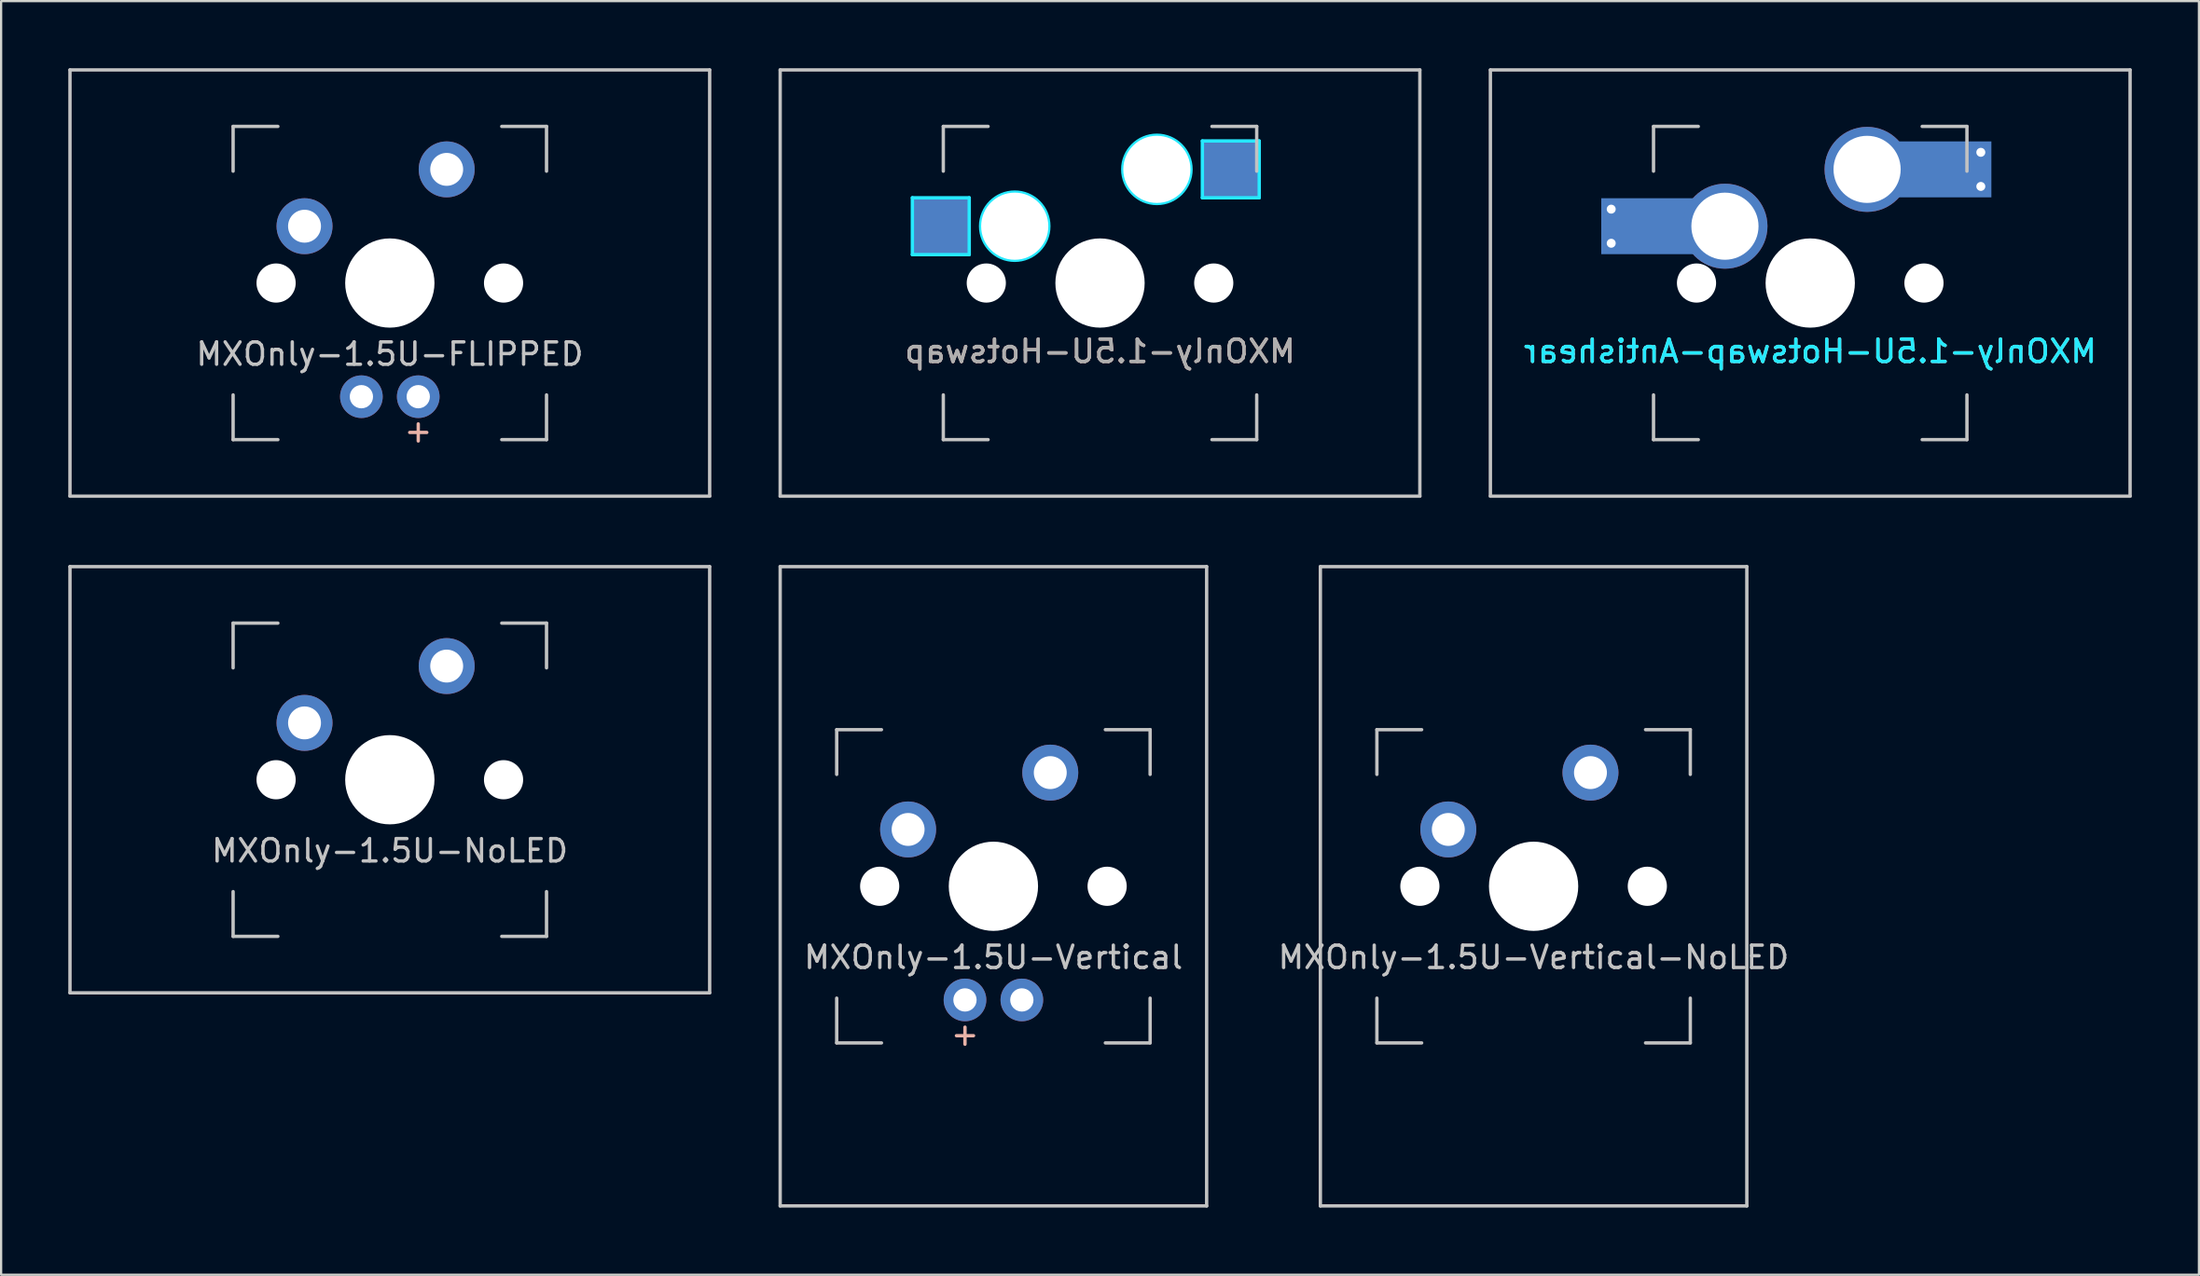
<source format=kicad_pcb>
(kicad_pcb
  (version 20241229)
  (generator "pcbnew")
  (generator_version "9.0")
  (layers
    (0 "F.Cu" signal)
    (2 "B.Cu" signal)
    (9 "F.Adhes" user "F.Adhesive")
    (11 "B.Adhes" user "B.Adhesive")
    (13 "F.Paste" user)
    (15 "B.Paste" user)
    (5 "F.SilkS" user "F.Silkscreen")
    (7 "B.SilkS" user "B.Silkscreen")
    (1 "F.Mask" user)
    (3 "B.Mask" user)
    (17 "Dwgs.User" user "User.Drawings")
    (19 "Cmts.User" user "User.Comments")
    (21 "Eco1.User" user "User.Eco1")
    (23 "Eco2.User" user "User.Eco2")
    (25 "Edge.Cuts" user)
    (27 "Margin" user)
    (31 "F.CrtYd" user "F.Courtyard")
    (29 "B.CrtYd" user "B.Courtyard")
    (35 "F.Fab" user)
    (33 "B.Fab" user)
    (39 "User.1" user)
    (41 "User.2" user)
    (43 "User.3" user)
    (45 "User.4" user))
  (footprint "MXOnly-1.5U-Hotswap"
    (layer "F.Cu")
    (at 46.087 9.6)
    (property "Reference" "MXOnly-1.5U-Hotswap" (at 0 3.048 0) (layer "F.Fab") (effects (font (size 1 1) (thickness 0.15)) (justify mirror)))
    (attr smd)
    (fp_line (start -14.287 -9.525) (end 14.287 -9.525) (stroke (width 0.15) (type solid)) (layer "Dwgs.User"))
    (fp_line (start -14.287 9.525) (end -14.287 -9.525) (stroke (width 0.15) (type solid)) (layer "Dwgs.User"))
    (fp_line (start -7 -7) (end -7 -5) (stroke (width 0.15) (type solid)) (layer "Dwgs.User"))
    (fp_line (start -7 5) (end -7 7) (stroke (width 0.15) (type solid)) (layer "Dwgs.User"))
    (fp_line (start -7 7) (end -5 7) (stroke (width 0.15) (type solid)) (layer "Dwgs.User"))
    (fp_line (start -5 -7) (end -7 -7) (stroke (width 0.15) (type solid)) (layer "Dwgs.User"))
    (fp_line (start 5 -7) (end 7 -7) (stroke (width 0.15) (type solid)) (layer "Dwgs.User"))
    (fp_line (start 5 7) (end 7 7) (stroke (width 0.15) (type solid)) (layer "Dwgs.User"))
    (fp_line (start 7 -7) (end 7 -5) (stroke (width 0.15) (type solid)) (layer "Dwgs.User"))
    (fp_line (start 7 7) (end 7 5) (stroke (width 0.15) (type solid)) (layer "Dwgs.User"))
    (fp_line (start 14.287 -9.525) (end 14.287 9.525) (stroke (width 0.15) (type solid)) (layer "Dwgs.User"))
    (fp_line (start 14.287 9.525) (end -14.287 9.525) (stroke (width 0.15) (type solid)) (layer "Dwgs.User"))
    (fp_line (start -8.382 -3.81) (end -5.842 -3.81) (stroke (width 0.15) (type solid)) (layer "B.CrtYd"))
    (fp_line (start -8.382 -1.27) (end -8.382 -3.81) (stroke (width 0.15) (type solid)) (layer "B.CrtYd"))
    (fp_line (start -5.842 -3.81) (end -5.842 -1.27) (stroke (width 0.15) (type solid)) (layer "B.CrtYd"))
    (fp_line (start -5.842 -1.27) (end -8.382 -1.27) (stroke (width 0.15) (type solid)) (layer "B.CrtYd"))
    (fp_line (start 4.572 -6.35) (end 7.112 -6.35) (stroke (width 0.15) (type solid)) (layer "B.CrtYd"))
    (fp_line (start 4.572 -3.81) (end 4.572 -6.35) (stroke (width 0.15) (type solid)) (layer "B.CrtYd"))
    (fp_line (start 7.112 -6.35) (end 7.112 -3.81) (stroke (width 0.15) (type solid)) (layer "B.CrtYd"))
    (fp_line (start 7.112 -3.81) (end 4.572 -3.81) (stroke (width 0.15) (type solid)) (layer "B.CrtYd"))
    (fp_circle (center -3.81 -2.54) (end -3.81 -4.064) (stroke (width 0.15) (type solid)) (fill no) (layer "B.CrtYd"))
    (fp_circle (center 2.54 -5.08) (end 2.54 -6.604) (stroke (width 0.15) (type solid)) (fill no) (layer "B.CrtYd"))
    (fp_text user "${REFERENCE}" (at 0 3.048 0) (layer "B.SilkS") (effects (font (size 1 1) (thickness 0.15)) (justify mirror)))
    (pad "" np_thru_hole circle (at -5.08 0 48.1) (size 1.75 1.75) (drill 1.75) (layers "*.Cu" "*.Mask"))
    (pad "" np_thru_hole circle (at -3.81 -2.54) (size 3 3) (drill 3) (layers "*.Cu" "*.Mask"))
    (pad "" np_thru_hole circle (at 0 0) (size 3.988 3.988) (drill 3.988) (layers "*.Cu" "*.Mask"))
    (pad "" np_thru_hole circle (at 2.54 -5.08) (size 3 3) (drill 3) (layers "*.Cu" "*.Mask"))
    (pad "" np_thru_hole circle (at 5.08 0 48.1) (size 1.75 1.75) (drill 1.75) (layers "*.Cu" "*.Mask"))
    (pad "1" smd rect (at -7.085 -2.54) (size 2.55 2.5) (layers "B.Cu" "B.Mask" "B.Paste"))
    (pad "2" smd rect (at 5.842 -5.08) (size 2.55 2.5) (layers "B.Cu" "B.Mask" "B.Paste")))
  (footprint "MXOnly-1.5U-FLIPPED"
    (layer "F.Cu")
    (at 14.363 9.6)
    (property "Reference" "MXOnly-1.5U-FLIPPED" (at 0 3.175 0) (layer "Dwgs.User") (effects (font (size 1 1) (thickness 0.15))))
    (attr through_hole)
    (fp_line (start -14.287 -9.525) (end 14.287 -9.525) (stroke (width 0.15) (type solid)) (layer "Dwgs.User"))
    (fp_line (start -14.287 9.525) (end -14.287 -9.525) (stroke (width 0.15) (type solid)) (layer "Dwgs.User"))
    (fp_line (start -14.287 9.525) (end 14.287 9.525) (stroke (width 0.15) (type solid)) (layer "Dwgs.User"))
    (fp_line (start -7 -7) (end -7 -5) (stroke (width 0.15) (type solid)) (layer "Dwgs.User"))
    (fp_line (start -7 5) (end -7 7) (stroke (width 0.15) (type solid)) (layer "Dwgs.User"))
    (fp_line (start -7 7) (end -5 7) (stroke (width 0.15) (type solid)) (layer "Dwgs.User"))
    (fp_line (start -5 -7) (end -7 -7) (stroke (width 0.15) (type solid)) (layer "Dwgs.User"))
    (fp_line (start 5 -7) (end 7 -7) (stroke (width 0.15) (type solid)) (layer "Dwgs.User"))
    (fp_line (start 5 7) (end 7 7) (stroke (width 0.15) (type solid)) (layer "Dwgs.User"))
    (fp_line (start 7 -7) (end 7 -5) (stroke (width 0.15) (type solid)) (layer "Dwgs.User"))
    (fp_line (start 7 7) (end 7 5) (stroke (width 0.15) (type solid)) (layer "Dwgs.User"))
    (fp_line (start 14.287 -9.525) (end 14.287 9.525) (stroke (width 0.15) (type solid)) (layer "Dwgs.User"))
    (fp_text user "+" (at 1.27 6.604 0) (layer "B.SilkS") (effects (font (size 1 1) (thickness 0.15))))
    (pad "" np_thru_hole circle (at -5.08 0 48.1) (size 1.75 1.75) (drill 1.75) (layers "*.Cu" "*.Mask"))
    (pad "" np_thru_hole circle (at 0 0) (size 3.988 3.988) (drill 3.988) (layers "*.Cu" "*.Mask"))
    (pad "" np_thru_hole circle (at 5.08 0 48.1) (size 1.75 1.75) (drill 1.75) (layers "*.Cu" "*.Mask"))
    (pad "1" thru_hole circle (at -3.81 -2.54) (size 2.5 2.5) (drill 1.47) (layers "*.Cu" "*.Mask"))
    (pad "2" thru_hole circle (at 2.54 -5.08) (size 2.5 2.5) (drill 1.47) (layers "*.Cu" "*.Mask"))
    (pad "3" thru_hole circle (at 1.27 5.08) (size 1.905 1.905) (drill 1.04) (layers "*.Cu" "*.Mask"))
    (pad "4" thru_hole circle (at -1.27 5.08) (size 1.905 1.905) (drill 1.04) (layers "*.Cu" "*.Mask")))
  (footprint "MXOnly-1.5U-Hotswap-Antishear"
    (layer "F.Cu")
    (at 77.812 9.6)
    (property "Reference" "MXOnly-1.5U-Hotswap-Antishear" (at 0 3.048 0) (layer "B.CrtYd") (effects (font (size 1 1) (thickness 0.15)) (justify mirror)))
    (attr smd)
    (fp_line (start -14.287 -9.525) (end 14.287 -9.525) (stroke (width 0.15) (type solid)) (layer "Dwgs.User"))
    (fp_line (start -14.287 9.525) (end -14.287 -9.525) (stroke (width 0.15) (type solid)) (layer "Dwgs.User"))
    (fp_line (start -7 -7) (end -7 -5) (stroke (width 0.15) (type solid)) (layer "Dwgs.User"))
    (fp_line (start -7 5) (end -7 7) (stroke (width 0.15) (type solid)) (layer "Dwgs.User"))
    (fp_line (start -7 7) (end -5 7) (stroke (width 0.15) (type solid)) (layer "Dwgs.User"))
    (fp_line (start -5 -7) (end -7 -7) (stroke (width 0.15) (type solid)) (layer "Dwgs.User"))
    (fp_line (start 5 -7) (end 7 -7) (stroke (width 0.15) (type solid)) (layer "Dwgs.User"))
    (fp_line (start 5 7) (end 7 7) (stroke (width 0.15) (type solid)) (layer "Dwgs.User"))
    (fp_line (start 7 -7) (end 7 -5) (stroke (width 0.15) (type solid)) (layer "Dwgs.User"))
    (fp_line (start 7 7) (end 7 5) (stroke (width 0.15) (type solid)) (layer "Dwgs.User"))
    (fp_line (start 14.287 -9.525) (end 14.287 9.525) (stroke (width 0.15) (type solid)) (layer "Dwgs.User"))
    (fp_line (start 14.287 9.525) (end -14.287 9.525) (stroke (width 0.15) (type solid)) (layer "Dwgs.User"))
    (fp_text user "${REFERENCE}" (at 0 3.048 0) (layer "B.SilkS") (effects (font (size 1 1) (thickness 0.15)) (justify mirror)))
    (pad "" smd rect (at -7.085 -2.54) (size 2.55 2.5) (layers "B.Mask" "B.Paste"))
    (pad "" np_thru_hole circle (at -5.08 0 48.1) (size 1.75 1.75) (drill 1.75) (layers "*.Cu" "*.Mask"))
    (pad "" np_thru_hole circle (at 0 0) (size 3.988 3.988) (drill 3.988) (layers "*.Cu" "*.Mask"))
    (pad "" np_thru_hole circle (at 5.08 0 48.1) (size 1.75 1.75) (drill 1.75) (layers "*.Cu" "*.Mask"))
    (pad "" smd rect (at 5.815 -5.08) (size 2.55 2.5) (layers "B.Mask" "B.Paste"))
    (pad "1" thru_hole circle (at -8.89 -3.302) (size 0.8 0.8) (drill 0.4) (layers "*.Cu"))
    (pad "1" thru_hole circle (at -8.89 -1.778) (size 0.8 0.8) (drill 0.4) (layers "*.Cu"))
    (pad "1" smd rect (at -7.085 -2.54) (size 4.5 2.5) (layers "B.Cu"))
    (pad "1" thru_hole circle (at -3.81 -2.54) (size 3.8 3.8) (drill 3) (layers "*.Cu"))
    (pad "2" thru_hole circle (at 2.54 -5.08) (size 3.8 3.8) (drill 3) (layers "*.Cu"))
    (pad "2" smd rect (at 5.842 -5.08) (size 4.5 2.5) (layers "B.Cu"))
    (pad "2" thru_hole circle (at 7.62 -5.842) (size 0.8 0.8) (drill 0.4) (layers "*.Cu"))
    (pad "2" thru_hole circle (at 7.62 -4.318) (size 0.8 0.8) (drill 0.4) (layers "*.Cu")))
  (footprint "MXOnly-1.5U-NoLED"
    (layer "F.Cu")
    (at 14.363 31.8)
    (property "Reference" "MXOnly-1.5U-NoLED" (at 0 3.175 0) (layer "Dwgs.User") (effects (font (size 1 1) (thickness 0.15))))
    (attr through_hole)
    (fp_line (start -14.287 -9.525) (end 14.287 -9.525) (stroke (width 0.15) (type solid)) (layer "Dwgs.User"))
    (fp_line (start -14.287 9.525) (end -14.287 -9.525) (stroke (width 0.15) (type solid)) (layer "Dwgs.User"))
    (fp_line (start -14.287 9.525) (end 14.287 9.525) (stroke (width 0.15) (type solid)) (layer "Dwgs.User"))
    (fp_line (start -7 -7) (end -7 -5) (stroke (width 0.15) (type solid)) (layer "Dwgs.User"))
    (fp_line (start -7 5) (end -7 7) (stroke (width 0.15) (type solid)) (layer "Dwgs.User"))
    (fp_line (start -7 7) (end -5 7) (stroke (width 0.15) (type solid)) (layer "Dwgs.User"))
    (fp_line (start -5 -7) (end -7 -7) (stroke (width 0.15) (type solid)) (layer "Dwgs.User"))
    (fp_line (start 5 -7) (end 7 -7) (stroke (width 0.15) (type solid)) (layer "Dwgs.User"))
    (fp_line (start 5 7) (end 7 7) (stroke (width 0.15) (type solid)) (layer "Dwgs.User"))
    (fp_line (start 7 -7) (end 7 -5) (stroke (width 0.15) (type solid)) (layer "Dwgs.User"))
    (fp_line (start 7 7) (end 7 5) (stroke (width 0.15) (type solid)) (layer "Dwgs.User"))
    (fp_line (start 14.287 -9.525) (end 14.287 9.525) (stroke (width 0.15) (type solid)) (layer "Dwgs.User"))
    (pad "" np_thru_hole circle (at -5.08 0 48.1) (size 1.75 1.75) (drill 1.75) (layers "*.Cu" "*.Mask"))
    (pad "" np_thru_hole circle (at 0 0) (size 3.988 3.988) (drill 3.988) (layers "*.Cu" "*.Mask"))
    (pad "" np_thru_hole circle (at 5.08 0 48.1) (size 1.75 1.75) (drill 1.75) (layers "*.Cu" "*.Mask"))
    (pad "1" thru_hole circle (at -3.81 -2.54) (size 2.5 2.5) (drill 1.47) (layers "*.Cu" "*.Mask"))
    (pad "2" thru_hole circle (at 2.54 -5.08) (size 2.5 2.5) (drill 1.47) (layers "*.Cu" "*.Mask")))
  (footprint "MXOnly-1.5U-Vertical-NoLED"
    (layer "F.Cu")
    (at 65.455 36.562)
    (property "Reference" "MXOnly-1.5U-Vertical-NoLED" (at 0 3.175 0) (layer "Dwgs.User") (effects (font (size 1 1) (thickness 0.15))))
    (attr through_hole)
    (fp_line (start -9.525 -14.287) (end -9.525 14.287) (stroke (width 0.15) (type solid)) (layer "Dwgs.User"))
    (fp_line (start -7 -7) (end -7 -5) (stroke (width 0.15) (type solid)) (layer "Dwgs.User"))
    (fp_line (start -7 5) (end -7 7) (stroke (width 0.15) (type solid)) (layer "Dwgs.User"))
    (fp_line (start -7 7) (end -5 7) (stroke (width 0.15) (type solid)) (layer "Dwgs.User"))
    (fp_line (start -5 -7) (end -7 -7) (stroke (width 0.15) (type solid)) (layer "Dwgs.User"))
    (fp_line (start 5 -7) (end 7 -7) (stroke (width 0.15) (type solid)) (layer "Dwgs.User"))
    (fp_line (start 5 7) (end 7 7) (stroke (width 0.15) (type solid)) (layer "Dwgs.User"))
    (fp_line (start 7 -7) (end 7 -5) (stroke (width 0.15) (type solid)) (layer "Dwgs.User"))
    (fp_line (start 7 7) (end 7 5) (stroke (width 0.15) (type solid)) (layer "Dwgs.User"))
    (fp_line (start 9.525 -14.287) (end -9.525 -14.287) (stroke (width 0.15) (type solid)) (layer "Dwgs.User"))
    (fp_line (start 9.525 -14.287) (end 9.525 14.287) (stroke (width 0.15) (type solid)) (layer "Dwgs.User"))
    (fp_line (start 9.525 14.287) (end -9.525 14.287) (stroke (width 0.15) (type solid)) (layer "Dwgs.User"))
    (pad "" np_thru_hole circle (at -5.08 0 48.1) (size 1.75 1.75) (drill 1.75) (layers "*.Cu" "*.Mask"))
    (pad "" np_thru_hole circle (at 0 0) (size 3.988 3.988) (drill 3.988) (layers "*.Cu" "*.Mask"))
    (pad "" np_thru_hole circle (at 5.08 0 48.1) (size 1.75 1.75) (drill 1.75) (layers "*.Cu" "*.Mask"))
    (pad "1" thru_hole circle (at -3.81 -2.54) (size 2.5 2.5) (drill 1.47) (layers "*.Cu" "*.Mask"))
    (pad "2" thru_hole circle (at 2.54 -5.08) (size 2.5 2.5) (drill 1.47) (layers "*.Cu" "*.Mask")))
  (footprint "MXOnly-1.5U-Vertical"
    (layer "F.Cu")
    (at 41.325 36.562)
    (property "Reference" "MXOnly-1.5U-Vertical" (at 0 3.175 0) (layer "Dwgs.User") (effects (font (size 1 1) (thickness 0.15))))
    (attr through_hole)
    (fp_line (start -9.525 -14.287) (end -9.525 14.287) (stroke (width 0.15) (type solid)) (layer "Dwgs.User"))
    (fp_line (start -7 -7) (end -7 -5) (stroke (width 0.15) (type solid)) (layer "Dwgs.User"))
    (fp_line (start -7 5) (end -7 7) (stroke (width 0.15) (type solid)) (layer "Dwgs.User"))
    (fp_line (start -7 7) (end -5 7) (stroke (width 0.15) (type solid)) (layer "Dwgs.User"))
    (fp_line (start -5 -7) (end -7 -7) (stroke (width 0.15) (type solid)) (layer "Dwgs.User"))
    (fp_line (start 5 -7) (end 7 -7) (stroke (width 0.15) (type solid)) (layer "Dwgs.User"))
    (fp_line (start 5 7) (end 7 7) (stroke (width 0.15) (type solid)) (layer "Dwgs.User"))
    (fp_line (start 7 -7) (end 7 -5) (stroke (width 0.15) (type solid)) (layer "Dwgs.User"))
    (fp_line (start 7 7) (end 7 5) (stroke (width 0.15) (type solid)) (layer "Dwgs.User"))
    (fp_line (start 9.525 -14.287) (end -9.525 -14.287) (stroke (width 0.15) (type solid)) (layer "Dwgs.User"))
    (fp_line (start 9.525 -14.287) (end 9.525 14.287) (stroke (width 0.15) (type solid)) (layer "Dwgs.User"))
    (fp_line (start 9.525 14.287) (end -9.525 14.287) (stroke (width 0.15) (type solid)) (layer "Dwgs.User"))
    (fp_text user "+" (at -1.27 6.604 0) (layer "B.SilkS") (effects (font (size 1 1) (thickness 0.15))))
    (pad "" np_thru_hole circle (at -5.08 0 48.1) (size 1.75 1.75) (drill 1.75) (layers "*.Cu" "*.Mask"))
    (pad "" np_thru_hole circle (at 0 0) (size 3.988 3.988) (drill 3.988) (layers "*.Cu" "*.Mask"))
    (pad "" np_thru_hole circle (at 5.08 0 48.1) (size 1.75 1.75) (drill 1.75) (layers "*.Cu" "*.Mask"))
    (pad "1" thru_hole circle (at -3.81 -2.54) (size 2.5 2.5) (drill 1.47) (layers "*.Cu" "*.Mask"))
    (pad "2" thru_hole circle (at 2.54 -5.08) (size 2.5 2.5) (drill 1.47) (layers "*.Cu" "*.Mask"))
    (pad "3" thru_hole circle (at -1.27 5.08) (size 1.905 1.905) (drill 1.04) (layers "*.Cu" "*.Mask"))
    (pad "4" thru_hole circle (at 1.27 5.08) (size 1.905 1.905) (drill 1.04) (layers "*.Cu" "*.Mask")))
  (gr_rect
    (start -3 -3)
    (end 95.175 53.925)
    (stroke (width 0.1) (type default))
    (fill no)
    (layer "Edge.Cuts")))
</source>
